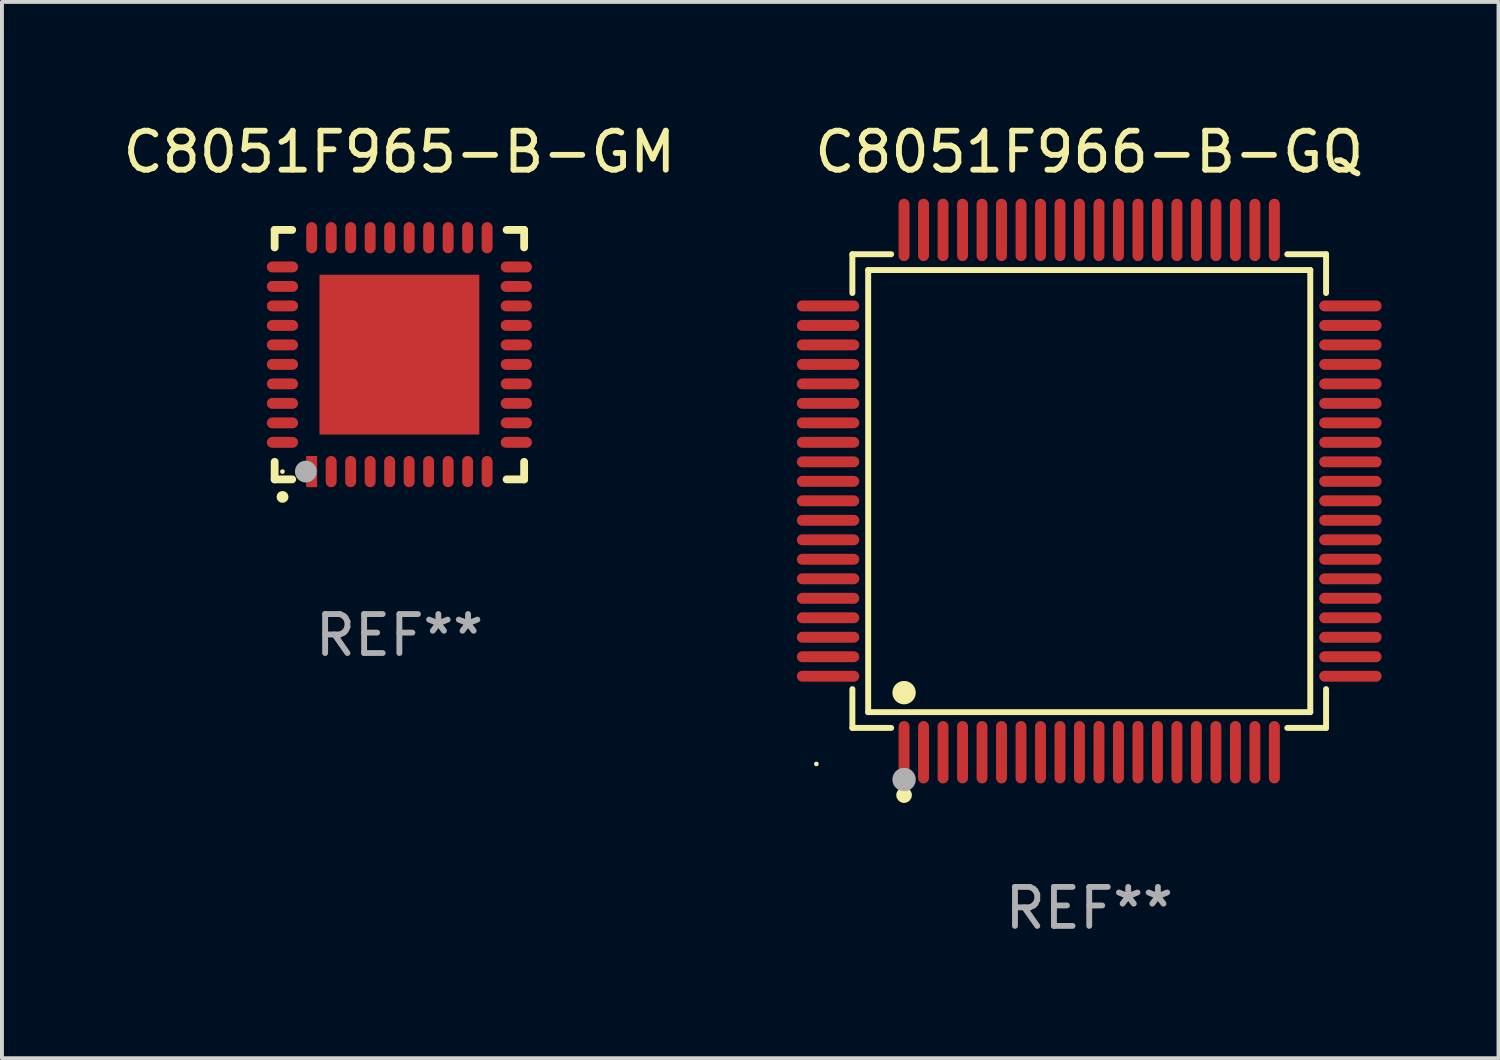
<source format=kicad_pcb>
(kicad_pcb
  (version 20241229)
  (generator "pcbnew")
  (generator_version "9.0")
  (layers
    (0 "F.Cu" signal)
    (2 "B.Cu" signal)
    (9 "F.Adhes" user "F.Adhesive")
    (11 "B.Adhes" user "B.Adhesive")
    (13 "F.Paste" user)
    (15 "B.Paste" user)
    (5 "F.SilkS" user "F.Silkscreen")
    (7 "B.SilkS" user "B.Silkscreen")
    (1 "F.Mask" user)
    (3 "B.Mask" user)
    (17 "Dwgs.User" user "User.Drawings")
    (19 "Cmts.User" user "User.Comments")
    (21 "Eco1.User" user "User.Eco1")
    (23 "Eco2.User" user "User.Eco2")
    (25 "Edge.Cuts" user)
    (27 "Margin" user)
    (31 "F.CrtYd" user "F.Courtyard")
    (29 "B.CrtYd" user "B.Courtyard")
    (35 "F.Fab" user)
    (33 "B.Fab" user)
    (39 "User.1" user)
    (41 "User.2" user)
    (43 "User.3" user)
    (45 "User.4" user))
  (footprint "C8051F966-B-GQ"
    (layer "F.Cu")
    (at 24.893 9.548)
    (property "Reference" "C8051F966-B-GQ" (at 0 -8.7 0) (layer "F.SilkS") (effects (font (size 1 1) (thickness 0.15))))
    (attr through_hole)
    (fp_line (start -6.076 -6.076) (end -5.081 -6.076) (stroke (width 0.152) (type solid)) (layer "F.SilkS"))
    (fp_line (start -6.076 -5.081) (end -6.076 -6.076) (stroke (width 0.152) (type solid)) (layer "F.SilkS"))
    (fp_line (start -6.076 5.081) (end -6.076 6.076) (stroke (width 0.152) (type solid)) (layer "F.SilkS"))
    (fp_line (start -6.076 6.076) (end -5.081 6.076) (stroke (width 0.152) (type solid)) (layer "F.SilkS"))
    (fp_line (start -5.671 -5.671) (end 5.671 -5.671) (stroke (width 0.152) (type solid)) (layer "F.SilkS"))
    (fp_line (start -5.671 5.671) (end -5.671 -5.671) (stroke (width 0.152) (type solid)) (layer "F.SilkS"))
    (fp_line (start 5.671 -5.671) (end 5.671 5.671) (stroke (width 0.152) (type solid)) (layer "F.SilkS"))
    (fp_line (start 5.671 5.671) (end -5.671 5.671) (stroke (width 0.152) (type solid)) (layer "F.SilkS"))
    (fp_line (start 6.076 -6.076) (end 5.081 -6.076) (stroke (width 0.152) (type solid)) (layer "F.SilkS"))
    (fp_line (start 6.076 -5.081) (end 6.076 -6.076) (stroke (width 0.152) (type solid)) (layer "F.SilkS"))
    (fp_line (start 6.076 5.081) (end 6.076 6.076) (stroke (width 0.152) (type solid)) (layer "F.SilkS"))
    (fp_line (start 6.076 6.076) (end 5.081 6.076) (stroke (width 0.152) (type solid)) (layer "F.SilkS"))
    (fp_circle (center -7 7) (end -6.97 7) (stroke (width 0.06) (type solid)) (fill no) (layer "F.SilkS"))
    (fp_circle (center -4.75 5.171) (end -4.6 5.171) (stroke (width 0.3) (type solid)) (fill no) (layer "F.SilkS"))
    (fp_circle (center -4.75 7.8) (end -4.65 7.8) (stroke (width 0.2) (type solid)) (fill no) (layer "F.SilkS"))
    (fp_circle (center -4.75 7.4) (end -4.6 7.4) (stroke (width 0.3) (type solid)) (fill no) (layer "F.Fab"))
    (fp_text user "REF**" (at 0 10.7 0) (layer "F.Fab") (effects (font (size 1 1) (thickness 0.15))))
    (pad "1" smd oval (at -4.75 6.7) (size 0.28 1.6) (layers "F.Cu" "F.Mask" "F.Paste"))
    (pad "2" smd oval (at -4.25 6.7) (size 0.28 1.6) (layers "F.Cu" "F.Mask" "F.Paste"))
    (pad "3" smd oval (at -3.75 6.7) (size 0.28 1.6) (layers "F.Cu" "F.Mask" "F.Paste"))
    (pad "4" smd oval (at -3.25 6.7) (size 0.28 1.6) (layers "F.Cu" "F.Mask" "F.Paste"))
    (pad "5" smd oval (at -2.75 6.7) (size 0.28 1.6) (layers "F.Cu" "F.Mask" "F.Paste"))
    (pad "6" smd oval (at -2.25 6.7) (size 0.28 1.6) (layers "F.Cu" "F.Mask" "F.Paste"))
    (pad "7" smd oval (at -1.75 6.7) (size 0.28 1.6) (layers "F.Cu" "F.Mask" "F.Paste"))
    (pad "8" smd oval (at -1.25 6.7) (size 0.28 1.6) (layers "F.Cu" "F.Mask" "F.Paste"))
    (pad "9" smd oval (at -0.75 6.7) (size 0.28 1.6) (layers "F.Cu" "F.Mask" "F.Paste"))
    (pad "10" smd oval (at -0.25 6.7) (size 0.28 1.6) (layers "F.Cu" "F.Mask" "F.Paste"))
    (pad "11" smd oval (at 0.25 6.7) (size 0.28 1.6) (layers "F.Cu" "F.Mask" "F.Paste"))
    (pad "12" smd oval (at 0.75 6.7) (size 0.28 1.6) (layers "F.Cu" "F.Mask" "F.Paste"))
    (pad "13" smd oval (at 1.25 6.7) (size 0.28 1.6) (layers "F.Cu" "F.Mask" "F.Paste"))
    (pad "14" smd oval (at 1.75 6.7) (size 0.28 1.6) (layers "F.Cu" "F.Mask" "F.Paste"))
    (pad "15" smd oval (at 2.25 6.7) (size 0.28 1.6) (layers "F.Cu" "F.Mask" "F.Paste"))
    (pad "16" smd oval (at 2.75 6.7) (size 0.28 1.6) (layers "F.Cu" "F.Mask" "F.Paste"))
    (pad "17" smd oval (at 3.25 6.7) (size 0.28 1.6) (layers "F.Cu" "F.Mask" "F.Paste"))
    (pad "18" smd oval (at 3.75 6.7) (size 0.28 1.6) (layers "F.Cu" "F.Mask" "F.Paste"))
    (pad "19" smd oval (at 4.25 6.7) (size 0.28 1.6) (layers "F.Cu" "F.Mask" "F.Paste"))
    (pad "20" smd oval (at 4.75 6.7) (size 0.28 1.6) (layers "F.Cu" "F.Mask" "F.Paste"))
    (pad "21" smd oval (at 6.7 4.75) (size 1.6 0.28) (layers "F.Cu" "F.Mask" "F.Paste"))
    (pad "22" smd oval (at 6.7 4.25) (size 1.6 0.28) (layers "F.Cu" "F.Mask" "F.Paste"))
    (pad "23" smd oval (at 6.7 3.75) (size 1.6 0.28) (layers "F.Cu" "F.Mask" "F.Paste"))
    (pad "24" smd oval (at 6.7 3.25) (size 1.6 0.28) (layers "F.Cu" "F.Mask" "F.Paste"))
    (pad "25" smd oval (at 6.7 2.75) (size 1.6 0.28) (layers "F.Cu" "F.Mask" "F.Paste"))
    (pad "26" smd oval (at 6.7 2.25) (size 1.6 0.28) (layers "F.Cu" "F.Mask" "F.Paste"))
    (pad "27" smd oval (at 6.7 1.75) (size 1.6 0.28) (layers "F.Cu" "F.Mask" "F.Paste"))
    (pad "28" smd oval (at 6.7 1.25) (size 1.6 0.28) (layers "F.Cu" "F.Mask" "F.Paste"))
    (pad "29" smd oval (at 6.7 0.75) (size 1.6 0.28) (layers "F.Cu" "F.Mask" "F.Paste"))
    (pad "30" smd oval (at 6.7 0.25) (size 1.6 0.28) (layers "F.Cu" "F.Mask" "F.Paste"))
    (pad "31" smd oval (at 6.7 -0.25) (size 1.6 0.28) (layers "F.Cu" "F.Mask" "F.Paste"))
    (pad "32" smd oval (at 6.7 -0.75) (size 1.6 0.28) (layers "F.Cu" "F.Mask" "F.Paste"))
    (pad "33" smd oval (at 6.7 -1.25) (size 1.6 0.28) (layers "F.Cu" "F.Mask" "F.Paste"))
    (pad "34" smd oval (at 6.7 -1.75) (size 1.6 0.28) (layers "F.Cu" "F.Mask" "F.Paste"))
    (pad "35" smd oval (at 6.7 -2.25) (size 1.6 0.28) (layers "F.Cu" "F.Mask" "F.Paste"))
    (pad "36" smd oval (at 6.7 -2.75) (size 1.6 0.28) (layers "F.Cu" "F.Mask" "F.Paste"))
    (pad "37" smd oval (at 6.7 -3.25) (size 1.6 0.28) (layers "F.Cu" "F.Mask" "F.Paste"))
    (pad "38" smd oval (at 6.7 -3.75) (size 1.6 0.28) (layers "F.Cu" "F.Mask" "F.Paste"))
    (pad "39" smd oval (at 6.7 -4.25) (size 1.6 0.28) (layers "F.Cu" "F.Mask" "F.Paste"))
    (pad "40" smd oval (at 6.7 -4.75) (size 1.6 0.28) (layers "F.Cu" "F.Mask" "F.Paste"))
    (pad "41" smd oval (at 4.75 -6.7) (size 0.28 1.6) (layers "F.Cu" "F.Mask" "F.Paste"))
    (pad "42" smd oval (at 4.25 -6.7) (size 0.28 1.6) (layers "F.Cu" "F.Mask" "F.Paste"))
    (pad "43" smd oval (at 3.75 -6.7) (size 0.28 1.6) (layers "F.Cu" "F.Mask" "F.Paste"))
    (pad "44" smd oval (at 3.25 -6.7) (size 0.28 1.6) (layers "F.Cu" "F.Mask" "F.Paste"))
    (pad "45" smd oval (at 2.75 -6.7) (size 0.28 1.6) (layers "F.Cu" "F.Mask" "F.Paste"))
    (pad "46" smd oval (at 2.25 -6.7) (size 0.28 1.6) (layers "F.Cu" "F.Mask" "F.Paste"))
    (pad "47" smd oval (at 1.75 -6.7) (size 0.28 1.6) (layers "F.Cu" "F.Mask" "F.Paste"))
    (pad "48" smd oval (at 1.25 -6.7) (size 0.28 1.6) (layers "F.Cu" "F.Mask" "F.Paste"))
    (pad "49" smd oval (at 0.75 -6.7) (size 0.28 1.6) (layers "F.Cu" "F.Mask" "F.Paste"))
    (pad "50" smd oval (at 0.25 -6.7) (size 0.28 1.6) (layers "F.Cu" "F.Mask" "F.Paste"))
    (pad "51" smd oval (at -0.25 -6.7) (size 0.28 1.6) (layers "F.Cu" "F.Mask" "F.Paste"))
    (pad "52" smd oval (at -0.75 -6.7) (size 0.28 1.6) (layers "F.Cu" "F.Mask" "F.Paste"))
    (pad "53" smd oval (at -1.25 -6.7) (size 0.28 1.6) (layers "F.Cu" "F.Mask" "F.Paste"))
    (pad "54" smd oval (at -1.75 -6.7) (size 0.28 1.6) (layers "F.Cu" "F.Mask" "F.Paste"))
    (pad "55" smd oval (at -2.25 -6.7) (size 0.28 1.6) (layers "F.Cu" "F.Mask" "F.Paste"))
    (pad "56" smd oval (at -2.75 -6.7) (size 0.28 1.6) (layers "F.Cu" "F.Mask" "F.Paste"))
    (pad "57" smd oval (at -3.25 -6.7) (size 0.28 1.6) (layers "F.Cu" "F.Mask" "F.Paste"))
    (pad "58" smd oval (at -3.75 -6.7) (size 0.28 1.6) (layers "F.Cu" "F.Mask" "F.Paste"))
    (pad "59" smd oval (at -4.25 -6.7) (size 0.28 1.6) (layers "F.Cu" "F.Mask" "F.Paste"))
    (pad "60" smd oval (at -4.75 -6.7) (size 0.28 1.6) (layers "F.Cu" "F.Mask" "F.Paste"))
    (pad "61" smd oval (at -6.7 -4.75) (size 1.6 0.28) (layers "F.Cu" "F.Mask" "F.Paste"))
    (pad "62" smd oval (at -6.7 -4.25) (size 1.6 0.28) (layers "F.Cu" "F.Mask" "F.Paste"))
    (pad "63" smd oval (at -6.7 -3.75) (size 1.6 0.28) (layers "F.Cu" "F.Mask" "F.Paste"))
    (pad "64" smd oval (at -6.7 -3.25) (size 1.6 0.28) (layers "F.Cu" "F.Mask" "F.Paste"))
    (pad "65" smd oval (at -6.7 -2.75) (size 1.6 0.28) (layers "F.Cu" "F.Mask" "F.Paste"))
    (pad "66" smd oval (at -6.7 -2.25) (size 1.6 0.28) (layers "F.Cu" "F.Mask" "F.Paste"))
    (pad "67" smd oval (at -6.7 -1.75) (size 1.6 0.28) (layers "F.Cu" "F.Mask" "F.Paste"))
    (pad "68" smd oval (at -6.7 -1.25) (size 1.6 0.28) (layers "F.Cu" "F.Mask" "F.Paste"))
    (pad "69" smd oval (at -6.7 -0.75) (size 1.6 0.28) (layers "F.Cu" "F.Mask" "F.Paste"))
    (pad "70" smd oval (at -6.7 -0.25) (size 1.6 0.28) (layers "F.Cu" "F.Mask" "F.Paste"))
    (pad "71" smd oval (at -6.7 0.25) (size 1.6 0.28) (layers "F.Cu" "F.Mask" "F.Paste"))
    (pad "72" smd oval (at -6.7 0.75) (size 1.6 0.28) (layers "F.Cu" "F.Mask" "F.Paste"))
    (pad "73" smd oval (at -6.7 1.25) (size 1.6 0.28) (layers "F.Cu" "F.Mask" "F.Paste"))
    (pad "74" smd oval (at -6.7 1.75) (size 1.6 0.28) (layers "F.Cu" "F.Mask" "F.Paste"))
    (pad "75" smd oval (at -6.7 2.25) (size 1.6 0.28) (layers "F.Cu" "F.Mask" "F.Paste"))
    (pad "76" smd oval (at -6.7 2.75) (size 1.6 0.28) (layers "F.Cu" "F.Mask" "F.Paste"))
    (pad "77" smd oval (at -6.7 3.25) (size 1.6 0.28) (layers "F.Cu" "F.Mask" "F.Paste"))
    (pad "78" smd oval (at -6.7 3.75) (size 1.6 0.28) (layers "F.Cu" "F.Mask" "F.Paste"))
    (pad "79" smd oval (at -6.7 4.25) (size 1.6 0.28) (layers "F.Cu" "F.Mask" "F.Paste"))
    (pad "80" smd oval (at -6.7 4.75) (size 1.6 0.28) (layers "F.Cu" "F.Mask" "F.Paste")))
  (footprint "C8051F965-B-GM"
    (layer "F.Cu")
    (at 7.196 6.048)
    (property "Reference" "C8051F965-B-GM" (at 0 -5.2 0) (layer "F.SilkS") (effects (font (size 1 1) (thickness 0.15))))
    (attr through_hole)
    (fp_line (start -3.2 -3.2) (end -3.2 -2.75) (stroke (width 0.2) (type solid)) (layer "F.SilkS"))
    (fp_line (start -3.2 3.2) (end -3.2 2.75) (stroke (width 0.2) (type solid)) (layer "F.SilkS"))
    (fp_line (start -2.75 -3.2) (end -3.2 -3.2) (stroke (width 0.2) (type solid)) (layer "F.SilkS"))
    (fp_line (start -2.75 3.2) (end -3.2 3.2) (stroke (width 0.2) (type solid)) (layer "F.SilkS"))
    (fp_line (start 3.2 -3.2) (end 2.75 -3.2) (stroke (width 0.2) (type solid)) (layer "F.SilkS"))
    (fp_line (start 3.2 -2.75) (end 3.2 -3.2) (stroke (width 0.2) (type solid)) (layer "F.SilkS"))
    (fp_line (start 3.2 2.75) (end 3.2 3.2) (stroke (width 0.2) (type solid)) (layer "F.SilkS"))
    (fp_line (start 3.2 3.2) (end 2.75 3.2) (stroke (width 0.2) (type solid)) (layer "F.SilkS"))
    (fp_arc (start -2.999746 3.649987) (mid -2.998476 3.649982) (end -2.997206 3.649987) (stroke (width 0.3) (type solid)) (layer "F.SilkS"))
    (fp_circle (center -3 3) (end -2.97 3) (stroke (width 0.06) (type solid)) (fill no) (layer "F.SilkS"))
    (fp_circle (center -2.4 3) (end -2.26 3) (stroke (width 0.28) (type solid)) (fill no) (layer "F.Fab"))
    (fp_text user "REF**" (at 0 7.2 0) (layer "F.Fab") (effects (font (size 1 1) (thickness 0.15))))
    (pad "1" smd rect (at -2.25 3) (size 0.28 0.8) (layers "F.Cu" "F.Mask" "F.Paste"))
    (pad "2" smd oval (at -1.75 3) (size 0.28 0.8) (layers "F.Cu" "F.Mask" "F.Paste"))
    (pad "3" smd oval (at -1.25 3) (size 0.28 0.8) (layers "F.Cu" "F.Mask" "F.Paste"))
    (pad "4" smd oval (at -0.75 3) (size 0.28 0.8) (layers "F.Cu" "F.Mask" "F.Paste"))
    (pad "5" smd oval (at -0.25 3) (size 0.28 0.8) (layers "F.Cu" "F.Mask" "F.Paste"))
    (pad "6" smd oval (at 0.25 3) (size 0.28 0.8) (layers "F.Cu" "F.Mask" "F.Paste"))
    (pad "7" smd oval (at 0.75 3) (size 0.28 0.8) (layers "F.Cu" "F.Mask" "F.Paste"))
    (pad "8" smd oval (at 1.25 3) (size 0.28 0.8) (layers "F.Cu" "F.Mask" "F.Paste"))
    (pad "9" smd oval (at 1.75 3) (size 0.28 0.8) (layers "F.Cu" "F.Mask" "F.Paste"))
    (pad "10" smd oval (at 2.25 3) (size 0.28 0.8) (layers "F.Cu" "F.Mask" "F.Paste"))
    (pad "11" smd oval (at 3 2.25) (size 0.8 0.28) (layers "F.Cu" "F.Mask" "F.Paste"))
    (pad "12" smd oval (at 3 1.75) (size 0.8 0.28) (layers "F.Cu" "F.Mask" "F.Paste"))
    (pad "13" smd oval (at 3 1.25) (size 0.8 0.28) (layers "F.Cu" "F.Mask" "F.Paste"))
    (pad "14" smd oval (at 3 0.75) (size 0.8 0.28) (layers "F.Cu" "F.Mask" "F.Paste"))
    (pad "15" smd oval (at 3 0.25) (size 0.8 0.28) (layers "F.Cu" "F.Mask" "F.Paste"))
    (pad "16" smd oval (at 3 -0.25) (size 0.8 0.28) (layers "F.Cu" "F.Mask" "F.Paste"))
    (pad "17" smd oval (at 3 -0.75) (size 0.8 0.28) (layers "F.Cu" "F.Mask" "F.Paste"))
    (pad "18" smd oval (at 3 -1.25) (size 0.8 0.28) (layers "F.Cu" "F.Mask" "F.Paste"))
    (pad "19" smd oval (at 3 -1.75) (size 0.8 0.28) (layers "F.Cu" "F.Mask" "F.Paste"))
    (pad "20" smd oval (at 3 -2.25) (size 0.8 0.28) (layers "F.Cu" "F.Mask" "F.Paste"))
    (pad "21" smd oval (at 2.25 -3) (size 0.28 0.8) (layers "F.Cu" "F.Mask" "F.Paste"))
    (pad "22" smd oval (at 1.75 -3) (size 0.28 0.8) (layers "F.Cu" "F.Mask" "F.Paste"))
    (pad "23" smd oval (at 1.25 -3) (size 0.28 0.8) (layers "F.Cu" "F.Mask" "F.Paste"))
    (pad "24" smd oval (at 0.75 -3) (size 0.28 0.8) (layers "F.Cu" "F.Mask" "F.Paste"))
    (pad "25" smd oval (at 0.25 -3) (size 0.28 0.8) (layers "F.Cu" "F.Mask" "F.Paste"))
    (pad "26" smd oval (at -0.25 -3) (size 0.28 0.8) (layers "F.Cu" "F.Mask" "F.Paste"))
    (pad "27" smd oval (at -0.75 -3) (size 0.28 0.8) (layers "F.Cu" "F.Mask" "F.Paste"))
    (pad "28" smd oval (at -1.25 -3) (size 0.28 0.8) (layers "F.Cu" "F.Mask" "F.Paste"))
    (pad "29" smd oval (at -1.75 -3) (size 0.28 0.8) (layers "F.Cu" "F.Mask" "F.Paste"))
    (pad "30" smd oval (at -2.25 -3) (size 0.28 0.8) (layers "F.Cu" "F.Mask" "F.Paste"))
    (pad "31" smd oval (at -3 -2.25) (size 0.8 0.28) (layers "F.Cu" "F.Mask" "F.Paste"))
    (pad "32" smd oval (at -3 -1.75) (size 0.8 0.28) (layers "F.Cu" "F.Mask" "F.Paste"))
    (pad "33" smd oval (at -3 -1.25) (size 0.8 0.28) (layers "F.Cu" "F.Mask" "F.Paste"))
    (pad "34" smd oval (at -3 -0.75) (size 0.8 0.28) (layers "F.Cu" "F.Mask" "F.Paste"))
    (pad "35" smd oval (at -3 -0.25) (size 0.8 0.28) (layers "F.Cu" "F.Mask" "F.Paste"))
    (pad "36" smd oval (at -3 0.25) (size 0.8 0.28) (layers "F.Cu" "F.Mask" "F.Paste"))
    (pad "37" smd oval (at -3 0.75) (size 0.8 0.28) (layers "F.Cu" "F.Mask" "F.Paste"))
    (pad "38" smd oval (at -3 1.25) (size 0.8 0.28) (layers "F.Cu" "F.Mask" "F.Paste"))
    (pad "39" smd oval (at -3 1.75) (size 0.8 0.28) (layers "F.Cu" "F.Mask" "F.Paste"))
    (pad "40" smd oval (at -3 2.25) (size 0.8 0.28) (layers "F.Cu" "F.Mask" "F.Paste"))
    (pad "41" smd rect (at 0.000051 0.000051) (size 4.1 4.1) (layers "F.Cu" "F.Mask" "F.Paste")))
  (gr_rect
    (start -3 -3)
    (end 35.393 24.097)
    (stroke (width 0.1) (type default))
    (fill no)
    (layer "Edge.Cuts")))
</source>
